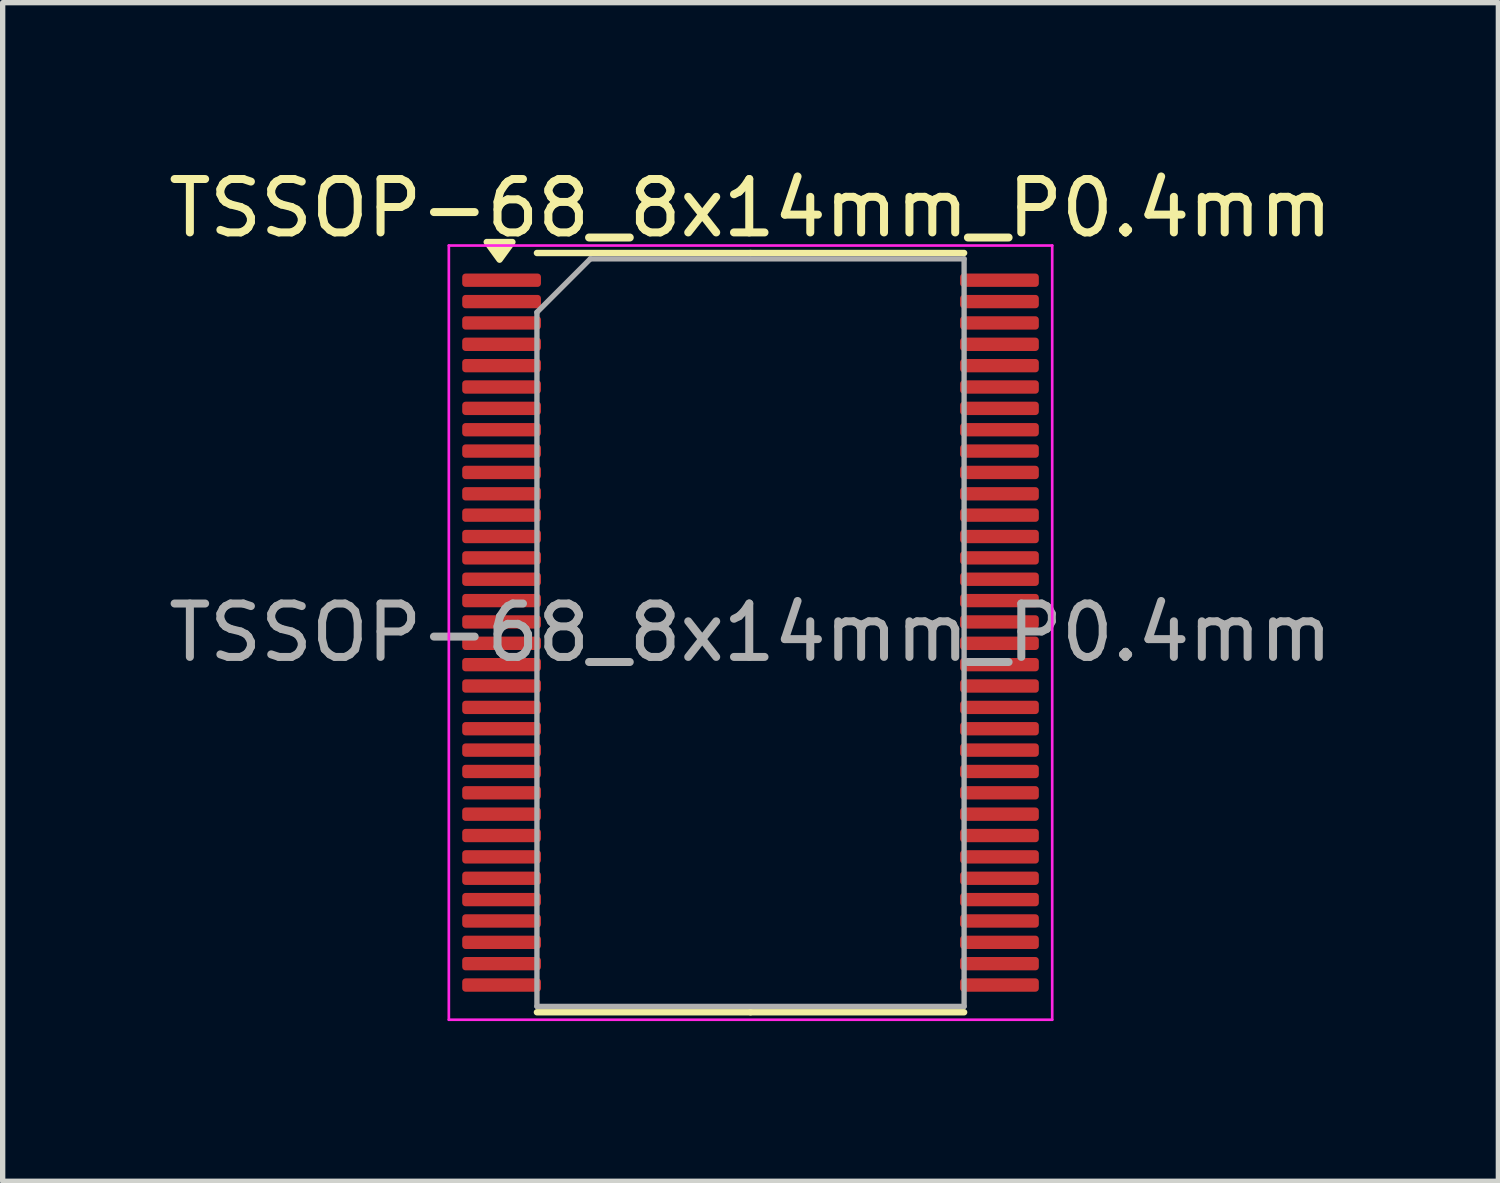
<source format=kicad_pcb>
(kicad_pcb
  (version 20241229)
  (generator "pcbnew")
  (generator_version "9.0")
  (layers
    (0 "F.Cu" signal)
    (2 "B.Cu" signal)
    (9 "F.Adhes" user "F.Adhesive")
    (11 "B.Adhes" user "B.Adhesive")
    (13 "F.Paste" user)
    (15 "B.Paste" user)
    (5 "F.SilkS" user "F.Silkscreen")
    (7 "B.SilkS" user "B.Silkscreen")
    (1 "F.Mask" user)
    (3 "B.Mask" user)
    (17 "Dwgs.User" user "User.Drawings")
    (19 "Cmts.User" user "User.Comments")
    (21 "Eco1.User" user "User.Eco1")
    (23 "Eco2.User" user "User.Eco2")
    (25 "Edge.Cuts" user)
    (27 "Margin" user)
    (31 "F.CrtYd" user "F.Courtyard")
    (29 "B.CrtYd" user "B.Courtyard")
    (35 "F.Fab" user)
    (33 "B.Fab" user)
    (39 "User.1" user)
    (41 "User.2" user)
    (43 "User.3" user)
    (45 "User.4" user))
  (footprint "TSSOP-68_8x14mm_P0.4mm"
    (layer "F.Cu")
    (at 11.006 8.798)
    (property "Reference" "TSSOP-68_8x14mm_P0.4mm" (at 0 -7.95 0) (layer "F.SilkS") (effects (font (size 1 1) (thickness 0.15))))
    (attr smd)
    (fp_line (start 0 -7.11) (end -4 -7.11) (stroke (width 0.12) (type solid)) (layer "F.SilkS"))
    (fp_line (start 0 -7.11) (end 4 -7.11) (stroke (width 0.12) (type solid)) (layer "F.SilkS"))
    (fp_line (start 0 7.11) (end -4 7.11) (stroke (width 0.12) (type solid)) (layer "F.SilkS"))
    (fp_line (start 0 7.11) (end 4 7.11) (stroke (width 0.12) (type solid)) (layer "F.SilkS"))
    (fp_poly (pts (xy -4.7 -6.985) (xy -4.94 -7.315) (xy -4.46 -7.315) (xy -4.7 -6.985)) (stroke (width 0.12) (type solid)) (fill yes) (layer "F.SilkS"))
    (fp_line (start -5.65 -7.25) (end -5.65 7.25) (stroke (width 0.05) (type solid)) (layer "F.CrtYd"))
    (fp_line (start -5.65 7.25) (end 5.65 7.25) (stroke (width 0.05) (type solid)) (layer "F.CrtYd"))
    (fp_line (start 5.65 -7.25) (end -5.65 -7.25) (stroke (width 0.05) (type solid)) (layer "F.CrtYd"))
    (fp_line (start 5.65 7.25) (end 5.65 -7.25) (stroke (width 0.05) (type solid)) (layer "F.CrtYd"))
    (fp_line (start -4 -6) (end -3 -7) (stroke (width 0.1) (type solid)) (layer "F.Fab"))
    (fp_line (start -4 7) (end -4 -6) (stroke (width 0.1) (type solid)) (layer "F.Fab"))
    (fp_line (start -3 -7) (end 4 -7) (stroke (width 0.1) (type solid)) (layer "F.Fab"))
    (fp_line (start 4 -7) (end 4 7) (stroke (width 0.1) (type solid)) (layer "F.Fab"))
    (fp_line (start 4 7) (end -4 7) (stroke (width 0.1) (type solid)) (layer "F.Fab"))
    (fp_text user "${REFERENCE}" (at 0 0 0) (layer "F.Fab") (effects (font (size 1 1) (thickness 0.15))))
    (pad "1" smd roundrect (at -4.662 -6.6) (size 1.475 0.25) (layers "F.Cu" "F.Mask" "F.Paste") (roundrect_rratio 0.25))
    (pad "2" smd roundrect (at -4.662 -6.2) (size 1.475 0.25) (layers "F.Cu" "F.Mask" "F.Paste") (roundrect_rratio 0.25))
    (pad "3" smd roundrect (at -4.662 -5.8) (size 1.475 0.25) (layers "F.Cu" "F.Mask" "F.Paste") (roundrect_rratio 0.25))
    (pad "4" smd roundrect (at -4.662 -5.4) (size 1.475 0.25) (layers "F.Cu" "F.Mask" "F.Paste") (roundrect_rratio 0.25))
    (pad "5" smd roundrect (at -4.662 -5) (size 1.475 0.25) (layers "F.Cu" "F.Mask" "F.Paste") (roundrect_rratio 0.25))
    (pad "6" smd roundrect (at -4.662 -4.6) (size 1.475 0.25) (layers "F.Cu" "F.Mask" "F.Paste") (roundrect_rratio 0.25))
    (pad "7" smd roundrect (at -4.662 -4.2) (size 1.475 0.25) (layers "F.Cu" "F.Mask" "F.Paste") (roundrect_rratio 0.25))
    (pad "8" smd roundrect (at -4.662 -3.8) (size 1.475 0.25) (layers "F.Cu" "F.Mask" "F.Paste") (roundrect_rratio 0.25))
    (pad "9" smd roundrect (at -4.662 -3.4) (size 1.475 0.25) (layers "F.Cu" "F.Mask" "F.Paste") (roundrect_rratio 0.25))
    (pad "10" smd roundrect (at -4.662 -3) (size 1.475 0.25) (layers "F.Cu" "F.Mask" "F.Paste") (roundrect_rratio 0.25))
    (pad "11" smd roundrect (at -4.662 -2.6) (size 1.475 0.25) (layers "F.Cu" "F.Mask" "F.Paste") (roundrect_rratio 0.25))
    (pad "12" smd roundrect (at -4.662 -2.2) (size 1.475 0.25) (layers "F.Cu" "F.Mask" "F.Paste") (roundrect_rratio 0.25))
    (pad "13" smd roundrect (at -4.662 -1.8) (size 1.475 0.25) (layers "F.Cu" "F.Mask" "F.Paste") (roundrect_rratio 0.25))
    (pad "14" smd roundrect (at -4.662 -1.4) (size 1.475 0.25) (layers "F.Cu" "F.Mask" "F.Paste") (roundrect_rratio 0.25))
    (pad "15" smd roundrect (at -4.662 -1) (size 1.475 0.25) (layers "F.Cu" "F.Mask" "F.Paste") (roundrect_rratio 0.25))
    (pad "16" smd roundrect (at -4.662 -0.6) (size 1.475 0.25) (layers "F.Cu" "F.Mask" "F.Paste") (roundrect_rratio 0.25))
    (pad "17" smd roundrect (at -4.662 -0.2) (size 1.475 0.25) (layers "F.Cu" "F.Mask" "F.Paste") (roundrect_rratio 0.25))
    (pad "18" smd roundrect (at -4.662 0.2) (size 1.475 0.25) (layers "F.Cu" "F.Mask" "F.Paste") (roundrect_rratio 0.25))
    (pad "19" smd roundrect (at -4.662 0.6) (size 1.475 0.25) (layers "F.Cu" "F.Mask" "F.Paste") (roundrect_rratio 0.25))
    (pad "20" smd roundrect (at -4.662 1) (size 1.475 0.25) (layers "F.Cu" "F.Mask" "F.Paste") (roundrect_rratio 0.25))
    (pad "21" smd roundrect (at -4.662 1.4) (size 1.475 0.25) (layers "F.Cu" "F.Mask" "F.Paste") (roundrect_rratio 0.25))
    (pad "22" smd roundrect (at -4.662 1.8) (size 1.475 0.25) (layers "F.Cu" "F.Mask" "F.Paste") (roundrect_rratio 0.25))
    (pad "23" smd roundrect (at -4.662 2.2) (size 1.475 0.25) (layers "F.Cu" "F.Mask" "F.Paste") (roundrect_rratio 0.25))
    (pad "24" smd roundrect (at -4.662 2.6) (size 1.475 0.25) (layers "F.Cu" "F.Mask" "F.Paste") (roundrect_rratio 0.25))
    (pad "25" smd roundrect (at -4.662 3) (size 1.475 0.25) (layers "F.Cu" "F.Mask" "F.Paste") (roundrect_rratio 0.25))
    (pad "26" smd roundrect (at -4.662 3.4) (size 1.475 0.25) (layers "F.Cu" "F.Mask" "F.Paste") (roundrect_rratio 0.25))
    (pad "27" smd roundrect (at -4.662 3.8) (size 1.475 0.25) (layers "F.Cu" "F.Mask" "F.Paste") (roundrect_rratio 0.25))
    (pad "28" smd roundrect (at -4.662 4.2) (size 1.475 0.25) (layers "F.Cu" "F.Mask" "F.Paste") (roundrect_rratio 0.25))
    (pad "29" smd roundrect (at -4.662 4.6) (size 1.475 0.25) (layers "F.Cu" "F.Mask" "F.Paste") (roundrect_rratio 0.25))
    (pad "30" smd roundrect (at -4.662 5) (size 1.475 0.25) (layers "F.Cu" "F.Mask" "F.Paste") (roundrect_rratio 0.25))
    (pad "31" smd roundrect (at -4.662 5.4) (size 1.475 0.25) (layers "F.Cu" "F.Mask" "F.Paste") (roundrect_rratio 0.25))
    (pad "32" smd roundrect (at -4.662 5.8) (size 1.475 0.25) (layers "F.Cu" "F.Mask" "F.Paste") (roundrect_rratio 0.25))
    (pad "33" smd roundrect (at -4.662 6.2) (size 1.475 0.25) (layers "F.Cu" "F.Mask" "F.Paste") (roundrect_rratio 0.25))
    (pad "34" smd roundrect (at -4.662 6.6) (size 1.475 0.25) (layers "F.Cu" "F.Mask" "F.Paste") (roundrect_rratio 0.25))
    (pad "35" smd roundrect (at 4.662 6.6) (size 1.475 0.25) (layers "F.Cu" "F.Mask" "F.Paste") (roundrect_rratio 0.25))
    (pad "36" smd roundrect (at 4.662 6.2) (size 1.475 0.25) (layers "F.Cu" "F.Mask" "F.Paste") (roundrect_rratio 0.25))
    (pad "37" smd roundrect (at 4.662 5.8) (size 1.475 0.25) (layers "F.Cu" "F.Mask" "F.Paste") (roundrect_rratio 0.25))
    (pad "38" smd roundrect (at 4.662 5.4) (size 1.475 0.25) (layers "F.Cu" "F.Mask" "F.Paste") (roundrect_rratio 0.25))
    (pad "39" smd roundrect (at 4.662 5) (size 1.475 0.25) (layers "F.Cu" "F.Mask" "F.Paste") (roundrect_rratio 0.25))
    (pad "40" smd roundrect (at 4.662 4.6) (size 1.475 0.25) (layers "F.Cu" "F.Mask" "F.Paste") (roundrect_rratio 0.25))
    (pad "41" smd roundrect (at 4.662 4.2) (size 1.475 0.25) (layers "F.Cu" "F.Mask" "F.Paste") (roundrect_rratio 0.25))
    (pad "42" smd roundrect (at 4.662 3.8) (size 1.475 0.25) (layers "F.Cu" "F.Mask" "F.Paste") (roundrect_rratio 0.25))
    (pad "43" smd roundrect (at 4.662 3.4) (size 1.475 0.25) (layers "F.Cu" "F.Mask" "F.Paste") (roundrect_rratio 0.25))
    (pad "44" smd roundrect (at 4.662 3) (size 1.475 0.25) (layers "F.Cu" "F.Mask" "F.Paste") (roundrect_rratio 0.25))
    (pad "45" smd roundrect (at 4.662 2.6) (size 1.475 0.25) (layers "F.Cu" "F.Mask" "F.Paste") (roundrect_rratio 0.25))
    (pad "46" smd roundrect (at 4.662 2.2) (size 1.475 0.25) (layers "F.Cu" "F.Mask" "F.Paste") (roundrect_rratio 0.25))
    (pad "47" smd roundrect (at 4.662 1.8) (size 1.475 0.25) (layers "F.Cu" "F.Mask" "F.Paste") (roundrect_rratio 0.25))
    (pad "48" smd roundrect (at 4.662 1.4) (size 1.475 0.25) (layers "F.Cu" "F.Mask" "F.Paste") (roundrect_rratio 0.25))
    (pad "49" smd roundrect (at 4.662 1) (size 1.475 0.25) (layers "F.Cu" "F.Mask" "F.Paste") (roundrect_rratio 0.25))
    (pad "50" smd roundrect (at 4.662 0.6) (size 1.475 0.25) (layers "F.Cu" "F.Mask" "F.Paste") (roundrect_rratio 0.25))
    (pad "51" smd roundrect (at 4.662 0.2) (size 1.475 0.25) (layers "F.Cu" "F.Mask" "F.Paste") (roundrect_rratio 0.25))
    (pad "52" smd roundrect (at 4.662 -0.2) (size 1.475 0.25) (layers "F.Cu" "F.Mask" "F.Paste") (roundrect_rratio 0.25))
    (pad "53" smd roundrect (at 4.662 -0.6) (size 1.475 0.25) (layers "F.Cu" "F.Mask" "F.Paste") (roundrect_rratio 0.25))
    (pad "54" smd roundrect (at 4.662 -1) (size 1.475 0.25) (layers "F.Cu" "F.Mask" "F.Paste") (roundrect_rratio 0.25))
    (pad "55" smd roundrect (at 4.662 -1.4) (size 1.475 0.25) (layers "F.Cu" "F.Mask" "F.Paste") (roundrect_rratio 0.25))
    (pad "56" smd roundrect (at 4.662 -1.8) (size 1.475 0.25) (layers "F.Cu" "F.Mask" "F.Paste") (roundrect_rratio 0.25))
    (pad "57" smd roundrect (at 4.662 -2.2) (size 1.475 0.25) (layers "F.Cu" "F.Mask" "F.Paste") (roundrect_rratio 0.25))
    (pad "58" smd roundrect (at 4.662 -2.6) (size 1.475 0.25) (layers "F.Cu" "F.Mask" "F.Paste") (roundrect_rratio 0.25))
    (pad "59" smd roundrect (at 4.662 -3) (size 1.475 0.25) (layers "F.Cu" "F.Mask" "F.Paste") (roundrect_rratio 0.25))
    (pad "60" smd roundrect (at 4.662 -3.4) (size 1.475 0.25) (layers "F.Cu" "F.Mask" "F.Paste") (roundrect_rratio 0.25))
    (pad "61" smd roundrect (at 4.662 -3.8) (size 1.475 0.25) (layers "F.Cu" "F.Mask" "F.Paste") (roundrect_rratio 0.25))
    (pad "62" smd roundrect (at 4.662 -4.2) (size 1.475 0.25) (layers "F.Cu" "F.Mask" "F.Paste") (roundrect_rratio 0.25))
    (pad "63" smd roundrect (at 4.662 -4.6) (size 1.475 0.25) (layers "F.Cu" "F.Mask" "F.Paste") (roundrect_rratio 0.25))
    (pad "64" smd roundrect (at 4.662 -5) (size 1.475 0.25) (layers "F.Cu" "F.Mask" "F.Paste") (roundrect_rratio 0.25))
    (pad "65" smd roundrect (at 4.662 -5.4) (size 1.475 0.25) (layers "F.Cu" "F.Mask" "F.Paste") (roundrect_rratio 0.25))
    (pad "66" smd roundrect (at 4.662 -5.8) (size 1.475 0.25) (layers "F.Cu" "F.Mask" "F.Paste") (roundrect_rratio 0.25))
    (pad "67" smd roundrect (at 4.662 -6.2) (size 1.475 0.25) (layers "F.Cu" "F.Mask" "F.Paste") (roundrect_rratio 0.25))
    (pad "68" smd roundrect (at 4.662 -6.6) (size 1.475 0.25) (layers "F.Cu" "F.Mask" "F.Paste") (roundrect_rratio 0.25)))
  (gr_rect
    (start -3 -3)
    (end 25.012 19.073)
    (stroke (width 0.1) (type default))
    (fill no)
    (layer "Edge.Cuts")))
</source>
